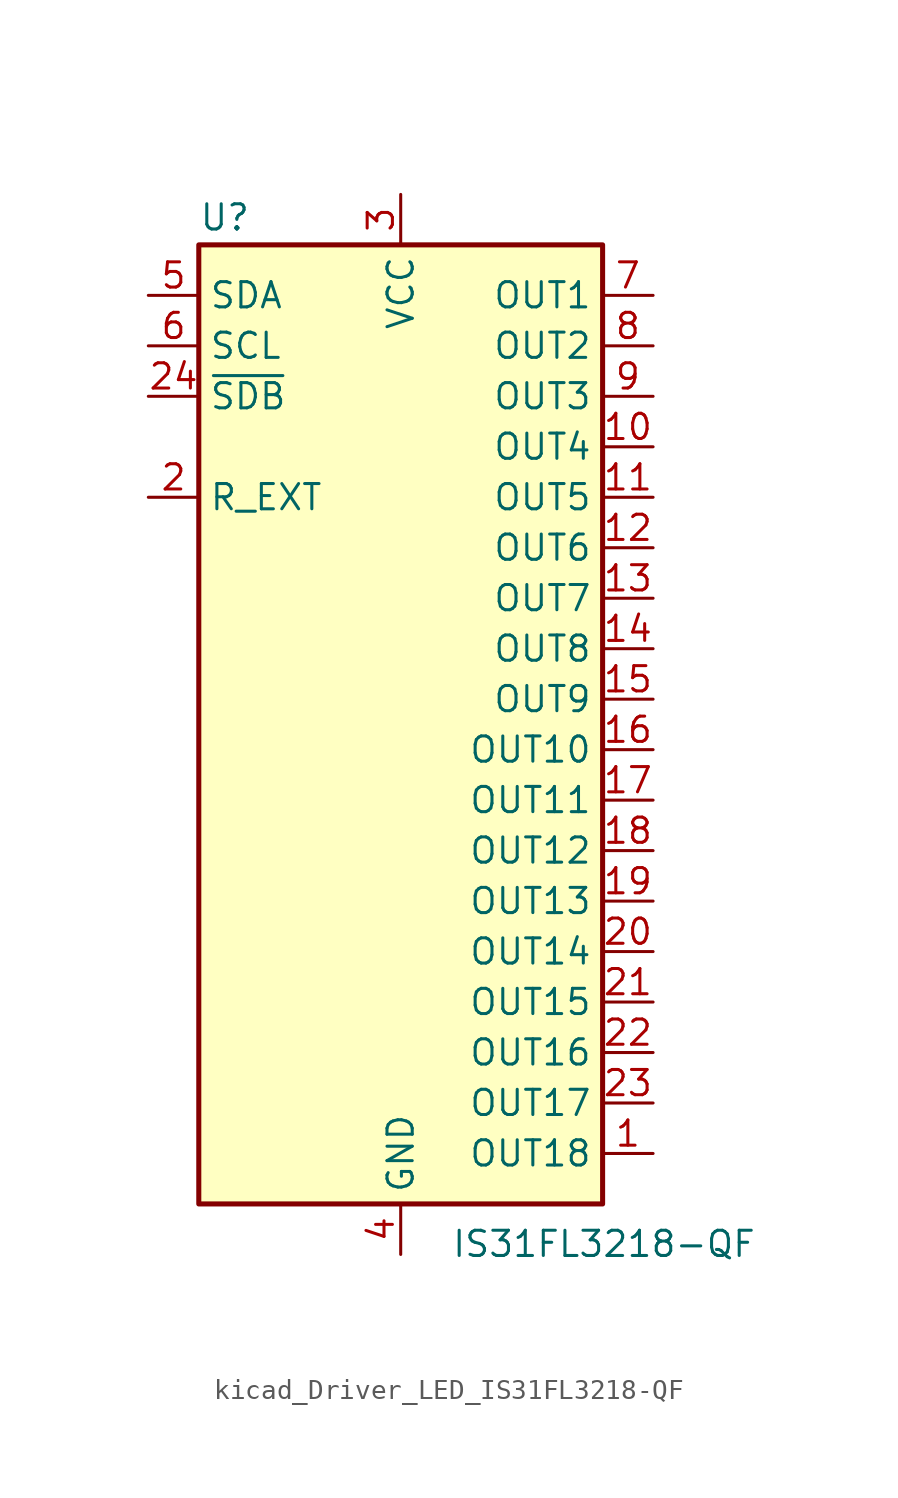
<source format=kicad_sym>
(kicad_symbol_lib
  (version 20220914)
  (generator kicad_symbol_editor)
  (symbol "kicad_Driver_LED_IS31FL3218-QF"
    (property "Reference" "U"
      (at -10.16 26.035 0)
      (effects (font (size 1.27 1.27)) (justify left bottom)))
    (property "Value" "IS31FL3218-QF"
      (at 2.54 -24.13 0)
      (effects (font (size 1.27 1.27)) (justify left top)))
    (symbol "kicad_Driver_LED_IS31FL3218-QF_0_1"
      (rectangle (start -10.16 25.4) (end 10.16 -22.86) (stroke (width 0.254) (type default)) (fill (type background))))
    (symbol "kicad_Driver_LED_IS31FL3218-QF_1_1"
      (pin open_collector line (at 12.7 -20.32 180) (length 2.54) (name "OUT18" (effects (font (size 1.27 1.27)))) (number "1" (effects (font (size 1.27 1.27)))))
      (pin open_collector line (at 12.7 15.24 180) (length 2.54) (name "OUT4" (effects (font (size 1.27 1.27)))) (number "10" (effects (font (size 1.27 1.27)))))
      (pin open_collector line (at 12.7 12.7 180) (length 2.54) (name "OUT5" (effects (font (size 1.27 1.27)))) (number "11" (effects (font (size 1.27 1.27)))))
      (pin open_collector line (at 12.7 10.16 180) (length 2.54) (name "OUT6" (effects (font (size 1.27 1.27)))) (number "12" (effects (font (size 1.27 1.27)))))
      (pin open_collector line (at 12.7 7.62 180) (length 2.54) (name "OUT7" (effects (font (size 1.27 1.27)))) (number "13" (effects (font (size 1.27 1.27)))))
      (pin open_collector line (at 12.7 5.08 180) (length 2.54) (name "OUT8" (effects (font (size 1.27 1.27)))) (number "14" (effects (font (size 1.27 1.27)))))
      (pin open_collector line (at 12.7 2.54 180) (length 2.54) (name "OUT9" (effects (font (size 1.27 1.27)))) (number "15" (effects (font (size 1.27 1.27)))))
      (pin open_collector line (at 12.7 0 180) (length 2.54) (name "OUT10" (effects (font (size 1.27 1.27)))) (number "16" (effects (font (size 1.27 1.27)))))
      (pin open_collector line (at 12.7 -2.54 180) (length 2.54) (name "OUT11" (effects (font (size 1.27 1.27)))) (number "17" (effects (font (size 1.27 1.27)))))
      (pin open_collector line (at 12.7 -5.08 180) (length 2.54) (name "OUT12" (effects (font (size 1.27 1.27)))) (number "18" (effects (font (size 1.27 1.27)))))
      (pin open_collector line (at 12.7 -7.62 180) (length 2.54) (name "OUT13" (effects (font (size 1.27 1.27)))) (number "19" (effects (font (size 1.27 1.27)))))
      (pin passive line (at -12.7 12.7 0) (length 2.54) (name "R_EXT" (effects (font (size 1.27 1.27)))) (number "2" (effects (font (size 1.27 1.27)))))
      (pin open_collector line (at 12.7 -10.16 180) (length 2.54) (name "OUT14" (effects (font (size 1.27 1.27)))) (number "20" (effects (font (size 1.27 1.27)))))
      (pin open_collector line (at 12.7 -12.7 180) (length 2.54) (name "OUT15" (effects (font (size 1.27 1.27)))) (number "21" (effects (font (size 1.27 1.27)))))
      (pin open_collector line (at 12.7 -15.24 180) (length 2.54) (name "OUT16" (effects (font (size 1.27 1.27)))) (number "22" (effects (font (size 1.27 1.27)))))
      (pin open_collector line (at 12.7 -17.78 180) (length 2.54) (name "OUT17" (effects (font (size 1.27 1.27)))) (number "23" (effects (font (size 1.27 1.27)))))
      (pin input line (at -12.7 17.78 0) (length 2.54) (name "~{SDB}" (effects (font (size 1.27 1.27)))) (number "24" (effects (font (size 1.27 1.27)))))
      (pin passive line (at 0 -25.4 90) (length 2.54) hide (name "GND" (effects (font (size 1.27 1.27)))) (number "25" (effects (font (size 1.27 1.27)))))
      (pin power_in line (at 0 27.94 270) (length 2.54) (name "VCC" (effects (font (size 1.27 1.27)))) (number "3" (effects (font (size 1.27 1.27)))))
      (pin power_in line (at 0 -25.4 90) (length 2.54) (name "GND" (effects (font (size 1.27 1.27)))) (number "4" (effects (font (size 1.27 1.27)))))
      (pin bidirectional line (at -12.7 22.86 0) (length 2.54) (name "SDA" (effects (font (size 1.27 1.27)))) (number "5" (effects (font (size 1.27 1.27)))))
      (pin input line (at -12.7 20.32 0) (length 2.54) (name "SCL" (effects (font (size 1.27 1.27)))) (number "6" (effects (font (size 1.27 1.27)))))
      (pin open_collector line (at 12.7 22.86 180) (length 2.54) (name "OUT1" (effects (font (size 1.27 1.27)))) (number "7" (effects (font (size 1.27 1.27)))))
      (pin open_collector line (at 12.7 20.32 180) (length 2.54) (name "OUT2" (effects (font (size 1.27 1.27)))) (number "8" (effects (font (size 1.27 1.27)))))
      (pin open_collector line (at 12.7 17.78 180) (length 2.54) (name "OUT3" (effects (font (size 1.27 1.27)))) (number "9" (effects (font (size 1.27 1.27))))))))
</source>
